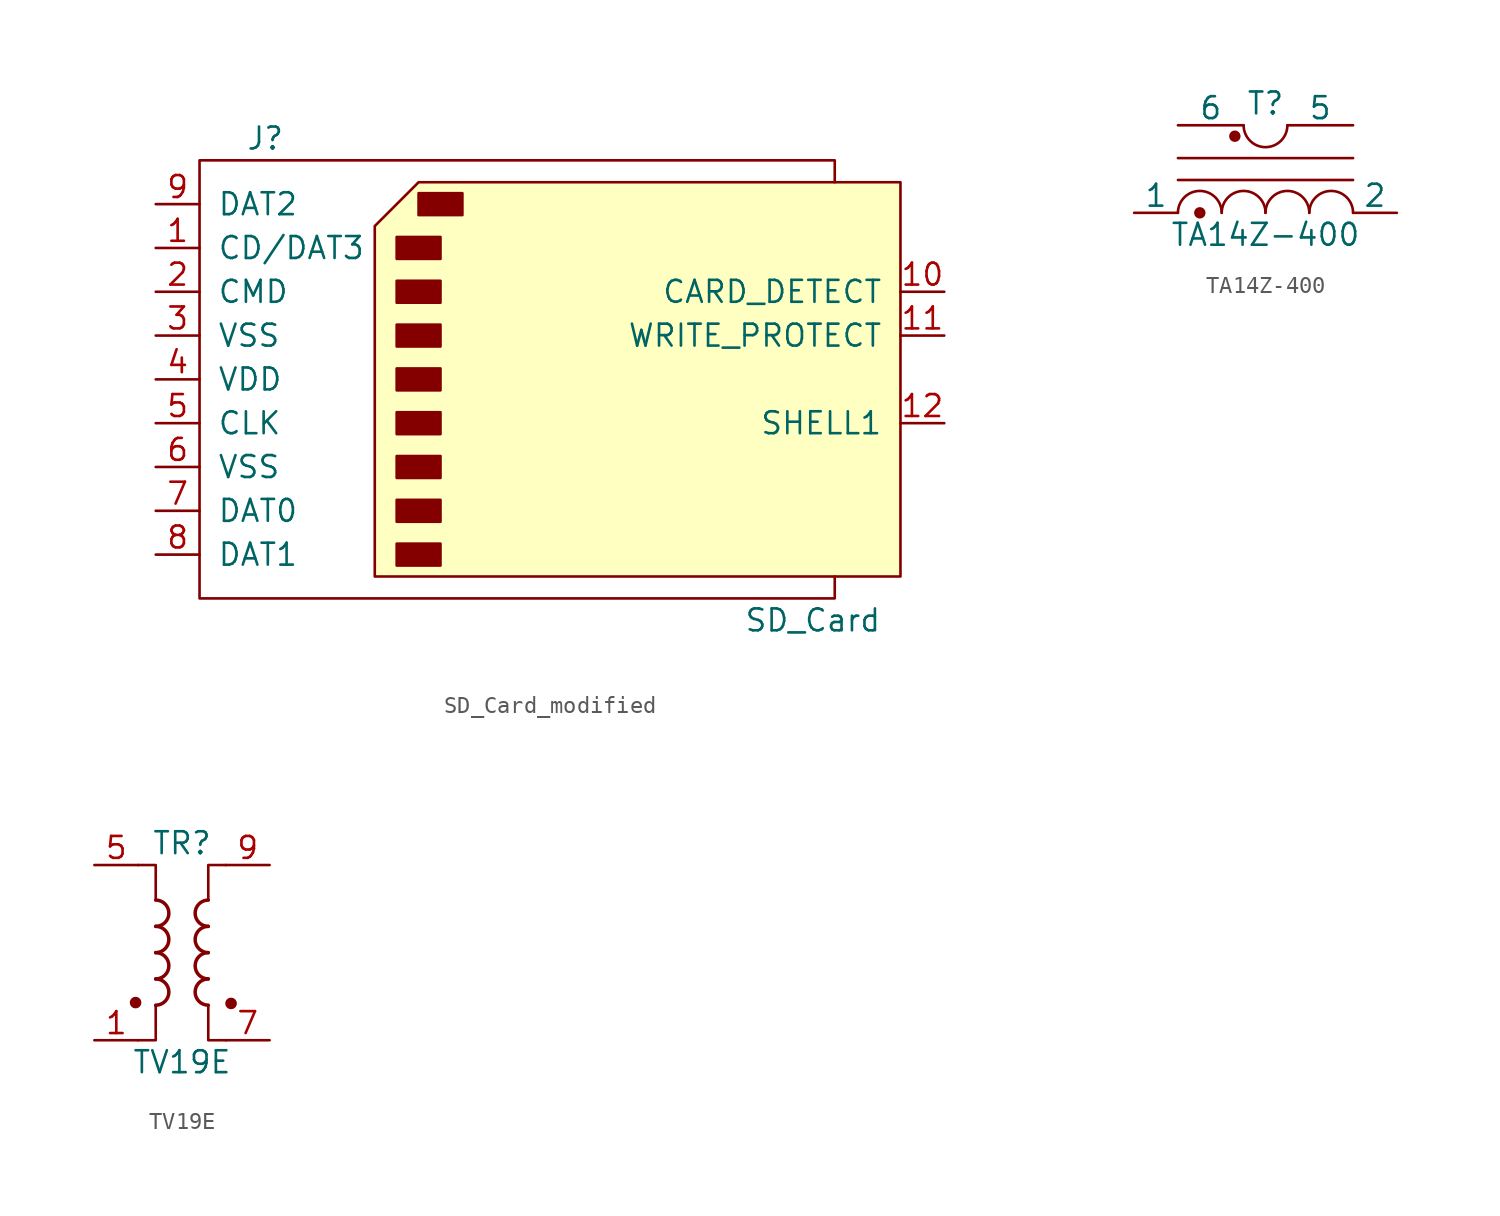
<source format=kicad_sym>
(kicad_symbol_lib
  (version 20220914)
  (generator kicad_symbol_editor)
  (symbol "SD_Card_modified"
    (pin_names
      (offset 1.016))
    (property "Reference" "J"
      (at -16.51 13.97 0)
      (effects (font (size 1.27 1.27))))
    (property "Value" "SD_Card"
      (at 15.24 -13.97 0)
      (effects (font (size 1.27 1.27))))
    (symbol "SD_Card_modified_0_1"
      (rectangle (start -8.89 -9.525) (end -6.35 -10.795) (stroke (width 0) (type default)) (fill (type outline)))
      (rectangle (start -8.89 -6.985) (end -6.35 -8.255) (stroke (width 0) (type default)) (fill (type outline)))
      (rectangle (start -8.89 -4.445) (end -6.35 -5.715) (stroke (width 0) (type default)) (fill (type outline)))
      (rectangle (start -8.89 -1.905) (end -6.35 -3.175) (stroke (width 0) (type default)) (fill (type outline)))
      (rectangle (start -8.89 0.635) (end -6.35 -0.635) (stroke (width 0) (type default)) (fill (type outline)))
      (rectangle (start -8.89 3.175) (end -6.35 1.905) (stroke (width 0) (type default)) (fill (type outline)))
      (rectangle (start -8.89 5.715) (end -6.35 4.445) (stroke (width 0) (type default)) (fill (type outline)))
      (rectangle (start -8.89 8.255) (end -6.35 6.985) (stroke (width 0) (type default)) (fill (type outline)))
      (rectangle (start -7.62 10.795) (end -5.08 9.525) (stroke (width 0) (type default)) (fill (type outline)))
      (polyline (pts (xy -10.16 8.89) (xy -7.62 11.43) (xy 20.32 11.43) (xy 20.32 -11.43) (xy -10.16 -11.43) (xy -10.16 8.89)) (stroke (width 0) (type default)) (fill (type background)))
      (polyline (pts (xy 16.51 11.43) (xy 16.51 12.7) (xy -20.32 12.7) (xy -20.32 -12.7) (xy 16.51 -12.7) (xy 16.51 -11.43)) (stroke (width 0) (type default)) (fill (type none))))
    (symbol "SD_Card_modified_1_1"
      (pin input line (at -22.86 7.62 0) (length 2.54) (name "CD/DAT3" (effects (font (size 1.27 1.27)))) (number "1" (effects (font (size 1.27 1.27)))))
      (pin input line (at 22.86 5.08 180) (length 2.54) (name "CARD_DETECT" (effects (font (size 1.27 1.27)))) (number "10" (effects (font (size 1.27 1.27)))))
      (pin input line (at 22.86 2.54 180) (length 2.54) (name "WRITE_PROTECT" (effects (font (size 1.27 1.27)))) (number "11" (effects (font (size 1.27 1.27)))))
      (pin input line (at 22.86 -2.54 180) (length 2.54) (name "SHELL1" (effects (font (size 1.27 1.27)))) (number "12" (effects (font (size 1.27 1.27)))))
      (pin input line (at -22.86 5.08 0) (length 2.54) (name "CMD" (effects (font (size 1.27 1.27)))) (number "2" (effects (font (size 1.27 1.27)))))
      (pin power_in line (at -22.86 2.54 0) (length 2.54) (name "VSS" (effects (font (size 1.27 1.27)))) (number "3" (effects (font (size 1.27 1.27)))))
      (pin power_in line (at -22.86 0 0) (length 2.54) (name "VDD" (effects (font (size 1.27 1.27)))) (number "4" (effects (font (size 1.27 1.27)))))
      (pin input line (at -22.86 -2.54 0) (length 2.54) (name "CLK" (effects (font (size 1.27 1.27)))) (number "5" (effects (font (size 1.27 1.27)))))
      (pin power_in line (at -22.86 -5.08 0) (length 2.54) (name "VSS" (effects (font (size 1.27 1.27)))) (number "6" (effects (font (size 1.27 1.27)))))
      (pin input line (at -22.86 -7.62 0) (length 2.54) (name "DAT0" (effects (font (size 1.27 1.27)))) (number "7" (effects (font (size 1.27 1.27)))))
      (pin input line (at -22.86 -10.16 0) (length 2.54) (name "DAT1" (effects (font (size 1.27 1.27)))) (number "8" (effects (font (size 1.27 1.27)))))
      (pin input line (at -22.86 10.16 0) (length 2.54) (name "DAT2" (effects (font (size 1.27 1.27)))) (number "9" (effects (font (size 1.27 1.27)))))))
  (symbol "TA14Z-400"
    (pin_numbers hide)
    (pin_names
      (offset 0))
    (property "Reference" "T"
      (at 0 6.35 0)
      (effects (font (size 1.27 1.27))))
    (property "Value" "TA14Z-400"
      (at 0 -1.27 0)
      (effects (font (size 1.27 1.27))))
    (property "ki_locked" ""
      (at 0 0 0)
      (effects (font (size 1.27 1.27))))
    (symbol "TA14Z-400_0_1"
      (circle (center -3.81 0) (radius 0.254) (stroke (width 0) (type default)) (fill (type outline)))
      (arc (start -2.54 0) (mid -3.81 1.2645) (end -5.08 0) (stroke (width 0) (type default)) (fill (type none)))
      (circle (center -1.778 4.445) (radius 0.254) (stroke (width 0) (type default)) (fill (type outline)))
      (arc (start -1.27 5.08) (mid 0 3.8155) (end 1.27 5.08) (stroke (width 0) (type default)) (fill (type none)))
      (arc (start 0 0) (mid -1.27 1.2645) (end -2.54 0) (stroke (width 0) (type default)) (fill (type none)))
      (polyline (pts (xy -5.08 1.905) (xy 5.08 1.905)) (stroke (width 0) (type default)) (fill (type none)))
      (polyline (pts (xy -5.08 3.175) (xy 5.08 3.175)) (stroke (width 0) (type default)) (fill (type none)))
      (arc (start 2.54 0) (mid 1.27 1.2645) (end 0 0) (stroke (width 0) (type default)) (fill (type none)))
      (arc (start 5.08 0) (mid 3.81 1.2645) (end 2.54 0) (stroke (width 0) (type default)) (fill (type none))))
    (symbol "TA14Z-400_1_1"
      (pin passive line (at -7.62 0 0) (length 2.54) (name "1" (effects (font (size 1.27 1.27)))) (number "1" (effects (font (size 1.27 1.27)))))
      (pin passive line (at 7.62 0 180) (length 2.54) (name "2" (effects (font (size 1.27 1.27)))) (number "2" (effects (font (size 1.27 1.27)))))
      (pin no_connect line (at -2.54 5.08 0) (length 2.54) hide (name "3" (effects (font (size 1.27 1.27)))) (number "3" (effects (font (size 1.27 1.27)))))
      (pin no_connect line (at 2.54 5.08 180) (length 2.54) hide (name "4" (effects (font (size 1.27 1.27)))) (number "4" (effects (font (size 1.27 1.27)))))
      (pin passive line (at 5.08 5.08 180) (length 3.81) (name "5" (effects (font (size 1.27 1.27)))) (number "5" (effects (font (size 1.27 1.27)))))
      (pin passive line (at -5.08 5.08 0) (length 3.81) (name "6" (effects (font (size 1.27 1.27)))) (number "6" (effects (font (size 1.27 1.27)))))))
  (symbol "TV19E"
    (pin_names hide)
    (property "Reference" "TR"
      (at 0 6.35 0)
      (effects (font (size 1.27 1.27))))
    (property "Value" "TV19E"
      (at 0 -6.35 0)
      (effects (font (size 1.27 1.27))))
    (symbol "TV19E_0_1"
      (arc (start -1.524 -3.048) (mid -0.7653 -2.286) (end -1.524 -1.524) (stroke (width 0.2032) (type default)) (fill (type none)))
      (arc (start -1.524 -1.524) (mid -0.7653 -0.762) (end -1.524 0) (stroke (width 0.2032) (type default)) (fill (type none)))
      (arc (start -1.524 0) (mid -0.7653 0.762) (end -1.524 1.524) (stroke (width 0.2032) (type default)) (fill (type none)))
      (arc (start -1.524 1.524) (mid -0.7653 2.286) (end -1.524 3.048) (stroke (width 0.2032) (type default)) (fill (type none)))
      (polyline (pts (xy -2.54 5.08) (xy -1.524 5.08) (xy -1.524 3.048)) (stroke (width 0.152) (type default)) (fill (type none)))
      (polyline (pts (xy -1.524 -3.048) (xy -1.524 -5.08) (xy -2.54 -5.08)) (stroke (width 0.152) (type default)) (fill (type none)))
      (polyline (pts (xy 1.524 3.048) (xy 1.524 5.08) (xy 2.54 5.08)) (stroke (width 0.152) (type default)) (fill (type none)))
      (polyline (pts (xy 2.54 -5.08) (xy 1.524 -5.08) (xy 1.524 -3.048)) (stroke (width 0.152) (type default)) (fill (type none)))
      (arc (start 1.524 -1.524) (mid 0.7653 -2.286) (end 1.524 -3.048) (stroke (width 0.2032) (type default)) (fill (type none)))
      (arc (start 1.524 0) (mid 0.7653 -0.762) (end 1.524 -1.524) (stroke (width 0.2032) (type default)) (fill (type none)))
      (arc (start 1.524 1.524) (mid 0.7653 0.762) (end 1.524 0) (stroke (width 0.2032) (type default)) (fill (type none)))
      (arc (start 1.524 3.048) (mid 0.7653 2.286) (end 1.524 1.524) (stroke (width 0.2032) (type default)) (fill (type none))))
    (symbol "TV19E_1_1"
      (circle (center -2.692 -2.896) (radius 0.259) (stroke (width 0) (type default)) (fill (type outline)))
      (circle (center 2.845 -2.946) (radius 0.259) (stroke (width 0) (type default)) (fill (type outline)))
      (pin passive line (at -5.08 -5.08 0) (length 2.54) (name "~" (effects (font (size 1.27 1.27)))) (number "1" (effects (font (size 1.27 1.27)))))
      (pin passive line (at -5.08 5.08 0) (length 2.54) (name "~" (effects (font (size 1.27 1.27)))) (number "5" (effects (font (size 1.27 1.27)))))
      (pin passive line (at 5.08 -5.08 180) (length 2.54) (name "~" (effects (font (size 1.27 1.27)))) (number "7" (effects (font (size 1.27 1.27)))))
      (pin passive line (at 5.08 5.08 180) (length 2.54) (name "~" (effects (font (size 1.27 1.27)))) (number "9" (effects (font (size 1.27 1.27))))))))
</source>
